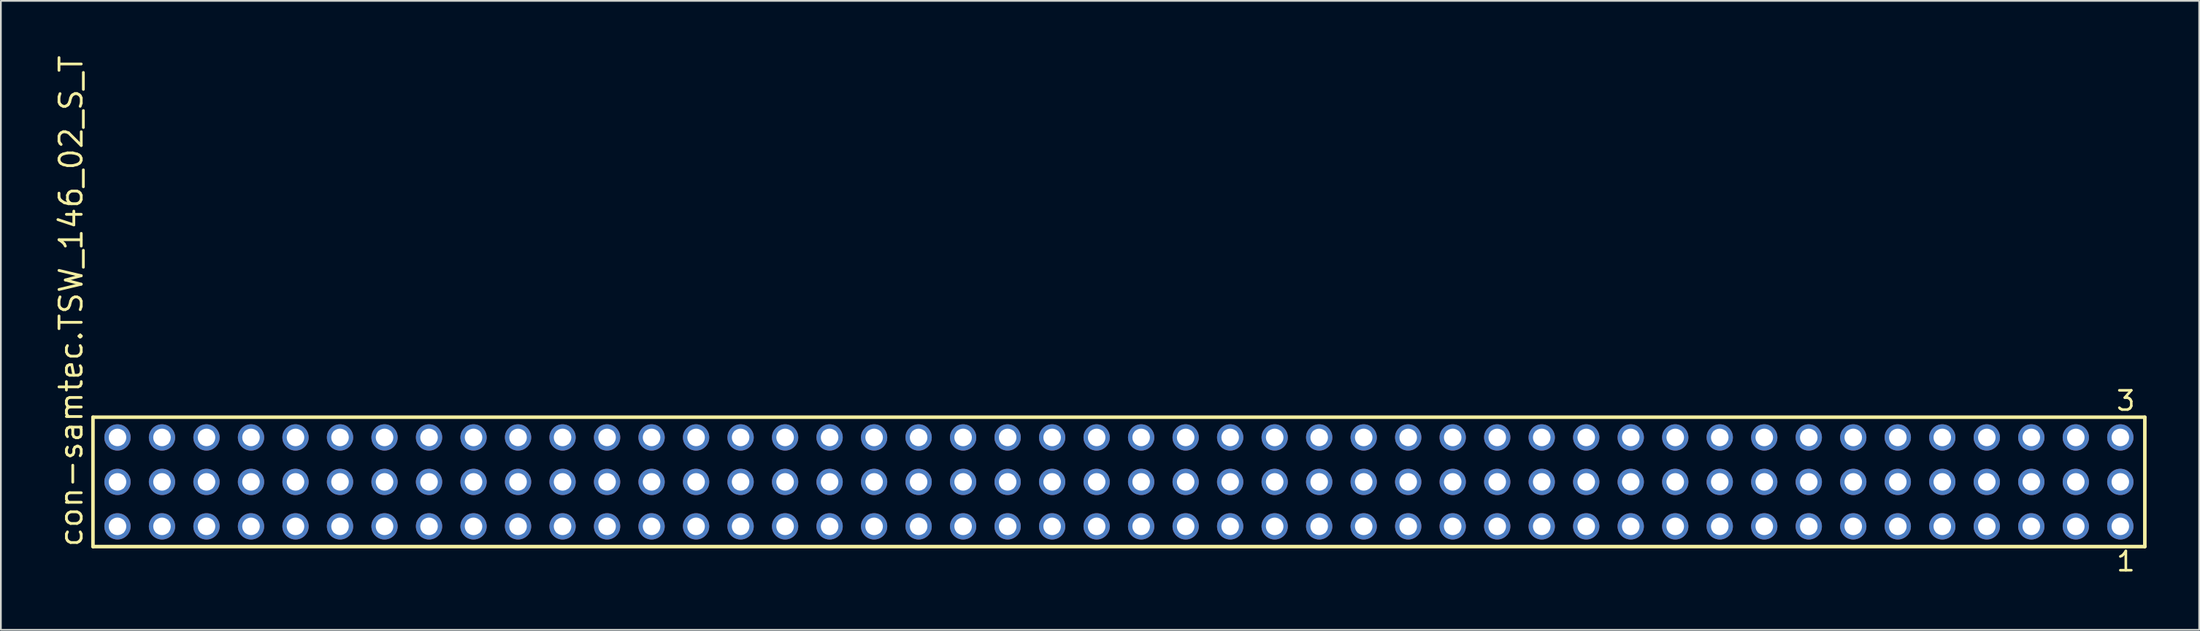
<source format=kicad_pcb>
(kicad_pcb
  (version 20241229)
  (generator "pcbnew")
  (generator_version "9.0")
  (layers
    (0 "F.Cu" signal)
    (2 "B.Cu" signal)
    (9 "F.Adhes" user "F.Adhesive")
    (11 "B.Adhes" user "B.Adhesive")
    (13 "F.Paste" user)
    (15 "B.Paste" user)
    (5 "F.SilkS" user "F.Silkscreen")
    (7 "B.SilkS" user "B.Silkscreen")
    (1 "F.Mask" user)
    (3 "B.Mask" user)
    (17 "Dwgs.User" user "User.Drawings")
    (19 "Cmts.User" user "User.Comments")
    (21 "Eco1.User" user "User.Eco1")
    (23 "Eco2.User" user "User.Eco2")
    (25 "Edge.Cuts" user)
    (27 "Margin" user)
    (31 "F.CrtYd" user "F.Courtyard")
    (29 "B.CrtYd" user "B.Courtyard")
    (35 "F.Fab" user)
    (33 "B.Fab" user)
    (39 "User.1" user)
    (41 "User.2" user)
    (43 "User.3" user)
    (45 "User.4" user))
  (footprint "con-samtec.TSW_146_02_S_T"
    (layer "F.Cu")
    (at 60.805 24.477)
    (property "Reference" "con-samtec.TSW_146_02_S_T" (at -59.055 3.81 90) (layer "F.SilkS") (effects (font (size 1.27 1.27) (thickness 0.16)) (justify left bottom)))
    (attr through_hole)
    (fp_line (start -58.549 -3.695) (end 58.549 -3.695) (stroke (width 0.203) (type default)) (layer "F.SilkS"))
    (fp_line (start -58.549 3.695) (end -58.549 -3.695) (stroke (width 0.203) (type default)) (layer "F.SilkS"))
    (fp_line (start 58.549 -3.695) (end 58.549 3.695) (stroke (width 0.203) (type default)) (layer "F.SilkS"))
    (fp_line (start 58.549 3.695) (end -58.549 3.695) (stroke (width 0.203) (type default)) (layer "F.SilkS"))
    (fp_rect (start -57.5 -2.19) (end -56.8 -2.89) (stroke (width 0.05) (type default)) (fill no) (layer "F.Fab"))
    (fp_rect (start -57.5 0.35) (end -56.8 -0.35) (stroke (width 0.05) (type default)) (fill no) (layer "F.Fab"))
    (fp_rect (start -57.5 2.89) (end -56.8 2.19) (stroke (width 0.05) (type default)) (fill no) (layer "F.Fab"))
    (fp_rect (start -54.96 -2.19) (end -54.26 -2.89) (stroke (width 0.05) (type default)) (fill no) (layer "F.Fab"))
    (fp_rect (start -54.96 0.35) (end -54.26 -0.35) (stroke (width 0.05) (type default)) (fill no) (layer "F.Fab"))
    (fp_rect (start -54.96 2.89) (end -54.26 2.19) (stroke (width 0.05) (type default)) (fill no) (layer "F.Fab"))
    (fp_rect (start -52.42 -2.19) (end -51.72 -2.89) (stroke (width 0.05) (type default)) (fill no) (layer "F.Fab"))
    (fp_rect (start -52.42 0.35) (end -51.72 -0.35) (stroke (width 0.05) (type default)) (fill no) (layer "F.Fab"))
    (fp_rect (start -52.42 2.89) (end -51.72 2.19) (stroke (width 0.05) (type default)) (fill no) (layer "F.Fab"))
    (fp_rect (start -49.88 -2.19) (end -49.18 -2.89) (stroke (width 0.05) (type default)) (fill no) (layer "F.Fab"))
    (fp_rect (start -49.88 0.35) (end -49.18 -0.35) (stroke (width 0.05) (type default)) (fill no) (layer "F.Fab"))
    (fp_rect (start -49.88 2.89) (end -49.18 2.19) (stroke (width 0.05) (type default)) (fill no) (layer "F.Fab"))
    (fp_rect (start -47.34 -2.19) (end -46.64 -2.89) (stroke (width 0.05) (type default)) (fill no) (layer "F.Fab"))
    (fp_rect (start -47.34 0.35) (end -46.64 -0.35) (stroke (width 0.05) (type default)) (fill no) (layer "F.Fab"))
    (fp_rect (start -47.34 2.89) (end -46.64 2.19) (stroke (width 0.05) (type default)) (fill no) (layer "F.Fab"))
    (fp_rect (start -44.8 -2.19) (end -44.1 -2.89) (stroke (width 0.05) (type default)) (fill no) (layer "F.Fab"))
    (fp_rect (start -44.8 0.35) (end -44.1 -0.35) (stroke (width 0.05) (type default)) (fill no) (layer "F.Fab"))
    (fp_rect (start -44.8 2.89) (end -44.1 2.19) (stroke (width 0.05) (type default)) (fill no) (layer "F.Fab"))
    (fp_rect (start -42.26 -2.19) (end -41.56 -2.89) (stroke (width 0.05) (type default)) (fill no) (layer "F.Fab"))
    (fp_rect (start -42.26 0.35) (end -41.56 -0.35) (stroke (width 0.05) (type default)) (fill no) (layer "F.Fab"))
    (fp_rect (start -42.26 2.89) (end -41.56 2.19) (stroke (width 0.05) (type default)) (fill no) (layer "F.Fab"))
    (fp_rect (start -39.72 -2.19) (end -39.02 -2.89) (stroke (width 0.05) (type default)) (fill no) (layer "F.Fab"))
    (fp_rect (start -39.72 0.35) (end -39.02 -0.35) (stroke (width 0.05) (type default)) (fill no) (layer "F.Fab"))
    (fp_rect (start -39.72 2.89) (end -39.02 2.19) (stroke (width 0.05) (type default)) (fill no) (layer "F.Fab"))
    (fp_rect (start -37.18 -2.19) (end -36.48 -2.89) (stroke (width 0.05) (type default)) (fill no) (layer "F.Fab"))
    (fp_rect (start -37.18 0.35) (end -36.48 -0.35) (stroke (width 0.05) (type default)) (fill no) (layer "F.Fab"))
    (fp_rect (start -37.18 2.89) (end -36.48 2.19) (stroke (width 0.05) (type default)) (fill no) (layer "F.Fab"))
    (fp_rect (start -34.64 -2.19) (end -33.94 -2.89) (stroke (width 0.05) (type default)) (fill no) (layer "F.Fab"))
    (fp_rect (start -34.64 0.35) (end -33.94 -0.35) (stroke (width 0.05) (type default)) (fill no) (layer "F.Fab"))
    (fp_rect (start -34.64 2.89) (end -33.94 2.19) (stroke (width 0.05) (type default)) (fill no) (layer "F.Fab"))
    (fp_rect (start -32.1 -2.19) (end -31.4 -2.89) (stroke (width 0.05) (type default)) (fill no) (layer "F.Fab"))
    (fp_rect (start -32.1 0.35) (end -31.4 -0.35) (stroke (width 0.05) (type default)) (fill no) (layer "F.Fab"))
    (fp_rect (start -32.1 2.89) (end -31.4 2.19) (stroke (width 0.05) (type default)) (fill no) (layer "F.Fab"))
    (fp_rect (start -29.56 -2.19) (end -28.86 -2.89) (stroke (width 0.05) (type default)) (fill no) (layer "F.Fab"))
    (fp_rect (start -29.56 0.35) (end -28.86 -0.35) (stroke (width 0.05) (type default)) (fill no) (layer "F.Fab"))
    (fp_rect (start -29.56 2.89) (end -28.86 2.19) (stroke (width 0.05) (type default)) (fill no) (layer "F.Fab"))
    (fp_rect (start -27.02 -2.19) (end -26.32 -2.89) (stroke (width 0.05) (type default)) (fill no) (layer "F.Fab"))
    (fp_rect (start -27.02 0.35) (end -26.32 -0.35) (stroke (width 0.05) (type default)) (fill no) (layer "F.Fab"))
    (fp_rect (start -27.02 2.89) (end -26.32 2.19) (stroke (width 0.05) (type default)) (fill no) (layer "F.Fab"))
    (fp_rect (start -24.48 -2.19) (end -23.78 -2.89) (stroke (width 0.05) (type default)) (fill no) (layer "F.Fab"))
    (fp_rect (start -24.48 0.35) (end -23.78 -0.35) (stroke (width 0.05) (type default)) (fill no) (layer "F.Fab"))
    (fp_rect (start -24.48 2.89) (end -23.78 2.19) (stroke (width 0.05) (type default)) (fill no) (layer "F.Fab"))
    (fp_rect (start -21.94 -2.19) (end -21.24 -2.89) (stroke (width 0.05) (type default)) (fill no) (layer "F.Fab"))
    (fp_rect (start -21.94 0.35) (end -21.24 -0.35) (stroke (width 0.05) (type default)) (fill no) (layer "F.Fab"))
    (fp_rect (start -21.94 2.89) (end -21.24 2.19) (stroke (width 0.05) (type default)) (fill no) (layer "F.Fab"))
    (fp_rect (start -19.4 -2.19) (end -18.7 -2.89) (stroke (width 0.05) (type default)) (fill no) (layer "F.Fab"))
    (fp_rect (start -19.4 0.35) (end -18.7 -0.35) (stroke (width 0.05) (type default)) (fill no) (layer "F.Fab"))
    (fp_rect (start -19.4 2.89) (end -18.7 2.19) (stroke (width 0.05) (type default)) (fill no) (layer "F.Fab"))
    (fp_rect (start -16.86 -2.19) (end -16.16 -2.89) (stroke (width 0.05) (type default)) (fill no) (layer "F.Fab"))
    (fp_rect (start -16.86 0.35) (end -16.16 -0.35) (stroke (width 0.05) (type default)) (fill no) (layer "F.Fab"))
    (fp_rect (start -16.86 2.89) (end -16.16 2.19) (stroke (width 0.05) (type default)) (fill no) (layer "F.Fab"))
    (fp_rect (start -14.32 -2.19) (end -13.62 -2.89) (stroke (width 0.05) (type default)) (fill no) (layer "F.Fab"))
    (fp_rect (start -14.32 0.35) (end -13.62 -0.35) (stroke (width 0.05) (type default)) (fill no) (layer "F.Fab"))
    (fp_rect (start -14.32 2.89) (end -13.62 2.19) (stroke (width 0.05) (type default)) (fill no) (layer "F.Fab"))
    (fp_rect (start -11.78 -2.19) (end -11.08 -2.89) (stroke (width 0.05) (type default)) (fill no) (layer "F.Fab"))
    (fp_rect (start -11.78 0.35) (end -11.08 -0.35) (stroke (width 0.05) (type default)) (fill no) (layer "F.Fab"))
    (fp_rect (start -11.78 2.89) (end -11.08 2.19) (stroke (width 0.05) (type default)) (fill no) (layer "F.Fab"))
    (fp_rect (start -9.24 -2.19) (end -8.54 -2.89) (stroke (width 0.05) (type default)) (fill no) (layer "F.Fab"))
    (fp_rect (start -9.24 0.35) (end -8.54 -0.35) (stroke (width 0.05) (type default)) (fill no) (layer "F.Fab"))
    (fp_rect (start -9.24 2.89) (end -8.54 2.19) (stroke (width 0.05) (type default)) (fill no) (layer "F.Fab"))
    (fp_rect (start -6.7 -2.19) (end -6 -2.89) (stroke (width 0.05) (type default)) (fill no) (layer "F.Fab"))
    (fp_rect (start -6.7 0.35) (end -6 -0.35) (stroke (width 0.05) (type default)) (fill no) (layer "F.Fab"))
    (fp_rect (start -6.7 2.89) (end -6 2.19) (stroke (width 0.05) (type default)) (fill no) (layer "F.Fab"))
    (fp_rect (start -4.16 -2.19) (end -3.46 -2.89) (stroke (width 0.05) (type default)) (fill no) (layer "F.Fab"))
    (fp_rect (start -4.16 0.35) (end -3.46 -0.35) (stroke (width 0.05) (type default)) (fill no) (layer "F.Fab"))
    (fp_rect (start -4.16 2.89) (end -3.46 2.19) (stroke (width 0.05) (type default)) (fill no) (layer "F.Fab"))
    (fp_rect (start -1.62 -2.19) (end -0.92 -2.89) (stroke (width 0.05) (type default)) (fill no) (layer "F.Fab"))
    (fp_rect (start -1.62 0.35) (end -0.92 -0.35) (stroke (width 0.05) (type default)) (fill no) (layer "F.Fab"))
    (fp_rect (start -1.62 2.89) (end -0.92 2.19) (stroke (width 0.05) (type default)) (fill no) (layer "F.Fab"))
    (fp_rect (start 0.92 -2.19) (end 1.62 -2.89) (stroke (width 0.05) (type default)) (fill no) (layer "F.Fab"))
    (fp_rect (start 0.92 0.35) (end 1.62 -0.35) (stroke (width 0.05) (type default)) (fill no) (layer "F.Fab"))
    (fp_rect (start 0.92 2.89) (end 1.62 2.19) (stroke (width 0.05) (type default)) (fill no) (layer "F.Fab"))
    (fp_rect (start 3.46 -2.19) (end 4.16 -2.89) (stroke (width 0.05) (type default)) (fill no) (layer "F.Fab"))
    (fp_rect (start 3.46 0.35) (end 4.16 -0.35) (stroke (width 0.05) (type default)) (fill no) (layer "F.Fab"))
    (fp_rect (start 3.46 2.89) (end 4.16 2.19) (stroke (width 0.05) (type default)) (fill no) (layer "F.Fab"))
    (fp_rect (start 6 -2.19) (end 6.7 -2.89) (stroke (width 0.05) (type default)) (fill no) (layer "F.Fab"))
    (fp_rect (start 6 0.35) (end 6.7 -0.35) (stroke (width 0.05) (type default)) (fill no) (layer "F.Fab"))
    (fp_rect (start 6 2.89) (end 6.7 2.19) (stroke (width 0.05) (type default)) (fill no) (layer "F.Fab"))
    (fp_rect (start 8.54 -2.19) (end 9.24 -2.89) (stroke (width 0.05) (type default)) (fill no) (layer "F.Fab"))
    (fp_rect (start 8.54 0.35) (end 9.24 -0.35) (stroke (width 0.05) (type default)) (fill no) (layer "F.Fab"))
    (fp_rect (start 8.54 2.89) (end 9.24 2.19) (stroke (width 0.05) (type default)) (fill no) (layer "F.Fab"))
    (fp_rect (start 11.08 -2.19) (end 11.78 -2.89) (stroke (width 0.05) (type default)) (fill no) (layer "F.Fab"))
    (fp_rect (start 11.08 0.35) (end 11.78 -0.35) (stroke (width 0.05) (type default)) (fill no) (layer "F.Fab"))
    (fp_rect (start 11.08 2.89) (end 11.78 2.19) (stroke (width 0.05) (type default)) (fill no) (layer "F.Fab"))
    (fp_rect (start 13.62 -2.19) (end 14.32 -2.89) (stroke (width 0.05) (type default)) (fill no) (layer "F.Fab"))
    (fp_rect (start 13.62 0.35) (end 14.32 -0.35) (stroke (width 0.05) (type default)) (fill no) (layer "F.Fab"))
    (fp_rect (start 13.62 2.89) (end 14.32 2.19) (stroke (width 0.05) (type default)) (fill no) (layer "F.Fab"))
    (fp_rect (start 16.16 -2.19) (end 16.86 -2.89) (stroke (width 0.05) (type default)) (fill no) (layer "F.Fab"))
    (fp_rect (start 16.16 0.35) (end 16.86 -0.35) (stroke (width 0.05) (type default)) (fill no) (layer "F.Fab"))
    (fp_rect (start 16.16 2.89) (end 16.86 2.19) (stroke (width 0.05) (type default)) (fill no) (layer "F.Fab"))
    (fp_rect (start 18.7 -2.19) (end 19.4 -2.89) (stroke (width 0.05) (type default)) (fill no) (layer "F.Fab"))
    (fp_rect (start 18.7 0.35) (end 19.4 -0.35) (stroke (width 0.05) (type default)) (fill no) (layer "F.Fab"))
    (fp_rect (start 18.7 2.89) (end 19.4 2.19) (stroke (width 0.05) (type default)) (fill no) (layer "F.Fab"))
    (fp_rect (start 21.24 -2.19) (end 21.94 -2.89) (stroke (width 0.05) (type default)) (fill no) (layer "F.Fab"))
    (fp_rect (start 21.24 0.35) (end 21.94 -0.35) (stroke (width 0.05) (type default)) (fill no) (layer "F.Fab"))
    (fp_rect (start 21.24 2.89) (end 21.94 2.19) (stroke (width 0.05) (type default)) (fill no) (layer "F.Fab"))
    (fp_rect (start 23.78 -2.19) (end 24.48 -2.89) (stroke (width 0.05) (type default)) (fill no) (layer "F.Fab"))
    (fp_rect (start 23.78 0.35) (end 24.48 -0.35) (stroke (width 0.05) (type default)) (fill no) (layer "F.Fab"))
    (fp_rect (start 23.78 2.89) (end 24.48 2.19) (stroke (width 0.05) (type default)) (fill no) (layer "F.Fab"))
    (fp_rect (start 26.32 -2.19) (end 27.02 -2.89) (stroke (width 0.05) (type default)) (fill no) (layer "F.Fab"))
    (fp_rect (start 26.32 0.35) (end 27.02 -0.35) (stroke (width 0.05) (type default)) (fill no) (layer "F.Fab"))
    (fp_rect (start 26.32 2.89) (end 27.02 2.19) (stroke (width 0.05) (type default)) (fill no) (layer "F.Fab"))
    (fp_rect (start 28.86 -2.19) (end 29.56 -2.89) (stroke (width 0.05) (type default)) (fill no) (layer "F.Fab"))
    (fp_rect (start 28.86 0.35) (end 29.56 -0.35) (stroke (width 0.05) (type default)) (fill no) (layer "F.Fab"))
    (fp_rect (start 28.86 2.89) (end 29.56 2.19) (stroke (width 0.05) (type default)) (fill no) (layer "F.Fab"))
    (fp_rect (start 31.4 -2.19) (end 32.1 -2.89) (stroke (width 0.05) (type default)) (fill no) (layer "F.Fab"))
    (fp_rect (start 31.4 0.35) (end 32.1 -0.35) (stroke (width 0.05) (type default)) (fill no) (layer "F.Fab"))
    (fp_rect (start 31.4 2.89) (end 32.1 2.19) (stroke (width 0.05) (type default)) (fill no) (layer "F.Fab"))
    (fp_rect (start 33.94 -2.19) (end 34.64 -2.89) (stroke (width 0.05) (type default)) (fill no) (layer "F.Fab"))
    (fp_rect (start 33.94 0.35) (end 34.64 -0.35) (stroke (width 0.05) (type default)) (fill no) (layer "F.Fab"))
    (fp_rect (start 33.94 2.89) (end 34.64 2.19) (stroke (width 0.05) (type default)) (fill no) (layer "F.Fab"))
    (fp_rect (start 36.48 -2.19) (end 37.18 -2.89) (stroke (width 0.05) (type default)) (fill no) (layer "F.Fab"))
    (fp_rect (start 36.48 0.35) (end 37.18 -0.35) (stroke (width 0.05) (type default)) (fill no) (layer "F.Fab"))
    (fp_rect (start 36.48 2.89) (end 37.18 2.19) (stroke (width 0.05) (type default)) (fill no) (layer "F.Fab"))
    (fp_rect (start 39.02 -2.19) (end 39.72 -2.89) (stroke (width 0.05) (type default)) (fill no) (layer "F.Fab"))
    (fp_rect (start 39.02 0.35) (end 39.72 -0.35) (stroke (width 0.05) (type default)) (fill no) (layer "F.Fab"))
    (fp_rect (start 39.02 2.89) (end 39.72 2.19) (stroke (width 0.05) (type default)) (fill no) (layer "F.Fab"))
    (fp_rect (start 41.56 -2.19) (end 42.26 -2.89) (stroke (width 0.05) (type default)) (fill no) (layer "F.Fab"))
    (fp_rect (start 41.56 0.35) (end 42.26 -0.35) (stroke (width 0.05) (type default)) (fill no) (layer "F.Fab"))
    (fp_rect (start 41.56 2.89) (end 42.26 2.19) (stroke (width 0.05) (type default)) (fill no) (layer "F.Fab"))
    (fp_rect (start 44.1 -2.19) (end 44.8 -2.89) (stroke (width 0.05) (type default)) (fill no) (layer "F.Fab"))
    (fp_rect (start 44.1 0.35) (end 44.8 -0.35) (stroke (width 0.05) (type default)) (fill no) (layer "F.Fab"))
    (fp_rect (start 44.1 2.89) (end 44.8 2.19) (stroke (width 0.05) (type default)) (fill no) (layer "F.Fab"))
    (fp_rect (start 46.64 -2.19) (end 47.34 -2.89) (stroke (width 0.05) (type default)) (fill no) (layer "F.Fab"))
    (fp_rect (start 46.64 0.35) (end 47.34 -0.35) (stroke (width 0.05) (type default)) (fill no) (layer "F.Fab"))
    (fp_rect (start 46.64 2.89) (end 47.34 2.19) (stroke (width 0.05) (type default)) (fill no) (layer "F.Fab"))
    (fp_rect (start 49.18 -2.19) (end 49.88 -2.89) (stroke (width 0.05) (type default)) (fill no) (layer "F.Fab"))
    (fp_rect (start 49.18 0.35) (end 49.88 -0.35) (stroke (width 0.05) (type default)) (fill no) (layer "F.Fab"))
    (fp_rect (start 49.18 2.89) (end 49.88 2.19) (stroke (width 0.05) (type default)) (fill no) (layer "F.Fab"))
    (fp_rect (start 51.72 -2.19) (end 52.42 -2.89) (stroke (width 0.05) (type default)) (fill no) (layer "F.Fab"))
    (fp_rect (start 51.72 0.35) (end 52.42 -0.35) (stroke (width 0.05) (type default)) (fill no) (layer "F.Fab"))
    (fp_rect (start 51.72 2.89) (end 52.42 2.19) (stroke (width 0.05) (type default)) (fill no) (layer "F.Fab"))
    (fp_rect (start 54.26 -2.19) (end 54.96 -2.89) (stroke (width 0.05) (type default)) (fill no) (layer "F.Fab"))
    (fp_rect (start 54.26 0.35) (end 54.96 -0.35) (stroke (width 0.05) (type default)) (fill no) (layer "F.Fab"))
    (fp_rect (start 54.26 2.89) (end 54.96 2.19) (stroke (width 0.05) (type default)) (fill no) (layer "F.Fab"))
    (fp_rect (start 56.8 -2.19) (end 57.5 -2.89) (stroke (width 0.05) (type default)) (fill no) (layer "F.Fab"))
    (fp_rect (start 56.8 0.35) (end 57.5 -0.35) (stroke (width 0.05) (type default)) (fill no) (layer "F.Fab"))
    (fp_rect (start 56.8 2.89) (end 57.5 2.19) (stroke (width 0.05) (type default)) (fill no) (layer "F.Fab"))
    (fp_text user "3" (at 56.838 -3.989 0) (layer "F.SilkS") (effects (font (size 1.1 1.1) (thickness 0.15)) (justify left bottom)))
    (fp_text user "1" (at 56.842 5.188 0) (layer "F.SilkS") (effects (font (size 1.1 1.1) (thickness 0.15)) (justify left bottom)))
    (pad "1" thru_hole circle (at 57.15 2.54 180) (size 1.5 1.5) (drill 1) (layers "*.Cu" "*.Mask"))
    (pad "2" thru_hole circle (at 57.15 0 180) (size 1.5 1.5) (drill 1) (layers "*.Cu" "*.Mask"))
    (pad "3" thru_hole circle (at 57.15 -2.54 180) (size 1.5 1.5) (drill 1) (layers "*.Cu" "*.Mask"))
    (pad "4" thru_hole circle (at 54.61 2.54 180) (size 1.5 1.5) (drill 1) (layers "*.Cu" "*.Mask"))
    (pad "5" thru_hole circle (at 54.61 0 180) (size 1.5 1.5) (drill 1) (layers "*.Cu" "*.Mask"))
    (pad "6" thru_hole circle (at 54.61 -2.54 180) (size 1.5 1.5) (drill 1) (layers "*.Cu" "*.Mask"))
    (pad "7" thru_hole circle (at 52.07 2.54 180) (size 1.5 1.5) (drill 1) (layers "*.Cu" "*.Mask"))
    (pad "8" thru_hole circle (at 52.07 0 180) (size 1.5 1.5) (drill 1) (layers "*.Cu" "*.Mask"))
    (pad "9" thru_hole circle (at 52.07 -2.54 180) (size 1.5 1.5) (drill 1) (layers "*.Cu" "*.Mask"))
    (pad "10" thru_hole circle (at 49.53 2.54 180) (size 1.5 1.5) (drill 1) (layers "*.Cu" "*.Mask"))
    (pad "11" thru_hole circle (at 49.53 0 180) (size 1.5 1.5) (drill 1) (layers "*.Cu" "*.Mask"))
    (pad "12" thru_hole circle (at 49.53 -2.54 180) (size 1.5 1.5) (drill 1) (layers "*.Cu" "*.Mask"))
    (pad "13" thru_hole circle (at 46.99 2.54 180) (size 1.5 1.5) (drill 1) (layers "*.Cu" "*.Mask"))
    (pad "14" thru_hole circle (at 46.99 0 180) (size 1.5 1.5) (drill 1) (layers "*.Cu" "*.Mask"))
    (pad "15" thru_hole circle (at 46.99 -2.54 180) (size 1.5 1.5) (drill 1) (layers "*.Cu" "*.Mask"))
    (pad "16" thru_hole circle (at 44.45 2.54 180) (size 1.5 1.5) (drill 1) (layers "*.Cu" "*.Mask"))
    (pad "17" thru_hole circle (at 44.45 0 180) (size 1.5 1.5) (drill 1) (layers "*.Cu" "*.Mask"))
    (pad "18" thru_hole circle (at 44.45 -2.54 180) (size 1.5 1.5) (drill 1) (layers "*.Cu" "*.Mask"))
    (pad "19" thru_hole circle (at 41.91 2.54 180) (size 1.5 1.5) (drill 1) (layers "*.Cu" "*.Mask"))
    (pad "20" thru_hole circle (at 41.91 0 180) (size 1.5 1.5) (drill 1) (layers "*.Cu" "*.Mask"))
    (pad "21" thru_hole circle (at 41.91 -2.54 180) (size 1.5 1.5) (drill 1) (layers "*.Cu" "*.Mask"))
    (pad "22" thru_hole circle (at 39.37 2.54 180) (size 1.5 1.5) (drill 1) (layers "*.Cu" "*.Mask"))
    (pad "23" thru_hole circle (at 39.37 0 180) (size 1.5 1.5) (drill 1) (layers "*.Cu" "*.Mask"))
    (pad "24" thru_hole circle (at 39.37 -2.54 180) (size 1.5 1.5) (drill 1) (layers "*.Cu" "*.Mask"))
    (pad "25" thru_hole circle (at 36.83 2.54 180) (size 1.5 1.5) (drill 1) (layers "*.Cu" "*.Mask"))
    (pad "26" thru_hole circle (at 36.83 0 180) (size 1.5 1.5) (drill 1) (layers "*.Cu" "*.Mask"))
    (pad "27" thru_hole circle (at 36.83 -2.54 180) (size 1.5 1.5) (drill 1) (layers "*.Cu" "*.Mask"))
    (pad "28" thru_hole circle (at 34.29 2.54 180) (size 1.5 1.5) (drill 1) (layers "*.Cu" "*.Mask"))
    (pad "29" thru_hole circle (at 34.29 0 180) (size 1.5 1.5) (drill 1) (layers "*.Cu" "*.Mask"))
    (pad "30" thru_hole circle (at 34.29 -2.54 180) (size 1.5 1.5) (drill 1) (layers "*.Cu" "*.Mask"))
    (pad "31" thru_hole circle (at 31.75 2.54 180) (size 1.5 1.5) (drill 1) (layers "*.Cu" "*.Mask"))
    (pad "32" thru_hole circle (at 31.75 0 180) (size 1.5 1.5) (drill 1) (layers "*.Cu" "*.Mask"))
    (pad "33" thru_hole circle (at 31.75 -2.54 180) (size 1.5 1.5) (drill 1) (layers "*.Cu" "*.Mask"))
    (pad "34" thru_hole circle (at 29.21 2.54 180) (size 1.5 1.5) (drill 1) (layers "*.Cu" "*.Mask"))
    (pad "35" thru_hole circle (at 29.21 0 180) (size 1.5 1.5) (drill 1) (layers "*.Cu" "*.Mask"))
    (pad "36" thru_hole circle (at 29.21 -2.54 180) (size 1.5 1.5) (drill 1) (layers "*.Cu" "*.Mask"))
    (pad "37" thru_hole circle (at 26.67 2.54 180) (size 1.5 1.5) (drill 1) (layers "*.Cu" "*.Mask"))
    (pad "38" thru_hole circle (at 26.67 0 180) (size 1.5 1.5) (drill 1) (layers "*.Cu" "*.Mask"))
    (pad "39" thru_hole circle (at 26.67 -2.54 180) (size 1.5 1.5) (drill 1) (layers "*.Cu" "*.Mask"))
    (pad "40" thru_hole circle (at 24.13 2.54 180) (size 1.5 1.5) (drill 1) (layers "*.Cu" "*.Mask"))
    (pad "41" thru_hole circle (at 24.13 0 180) (size 1.5 1.5) (drill 1) (layers "*.Cu" "*.Mask"))
    (pad "42" thru_hole circle (at 24.13 -2.54 180) (size 1.5 1.5) (drill 1) (layers "*.Cu" "*.Mask"))
    (pad "43" thru_hole circle (at 21.59 2.54 180) (size 1.5 1.5) (drill 1) (layers "*.Cu" "*.Mask"))
    (pad "44" thru_hole circle (at 21.59 0 180) (size 1.5 1.5) (drill 1) (layers "*.Cu" "*.Mask"))
    (pad "45" thru_hole circle (at 21.59 -2.54 180) (size 1.5 1.5) (drill 1) (layers "*.Cu" "*.Mask"))
    (pad "46" thru_hole circle (at 19.05 2.54 180) (size 1.5 1.5) (drill 1) (layers "*.Cu" "*.Mask"))
    (pad "47" thru_hole circle (at 19.05 0 180) (size 1.5 1.5) (drill 1) (layers "*.Cu" "*.Mask"))
    (pad "48" thru_hole circle (at 19.05 -2.54 180) (size 1.5 1.5) (drill 1) (layers "*.Cu" "*.Mask"))
    (pad "49" thru_hole circle (at 16.51 2.54 180) (size 1.5 1.5) (drill 1) (layers "*.Cu" "*.Mask"))
    (pad "50" thru_hole circle (at 16.51 0 180) (size 1.5 1.5) (drill 1) (layers "*.Cu" "*.Mask"))
    (pad "51" thru_hole circle (at 16.51 -2.54 180) (size 1.5 1.5) (drill 1) (layers "*.Cu" "*.Mask"))
    (pad "52" thru_hole circle (at 13.97 2.54 180) (size 1.5 1.5) (drill 1) (layers "*.Cu" "*.Mask"))
    (pad "53" thru_hole circle (at 13.97 0 180) (size 1.5 1.5) (drill 1) (layers "*.Cu" "*.Mask"))
    (pad "54" thru_hole circle (at 13.97 -2.54 180) (size 1.5 1.5) (drill 1) (layers "*.Cu" "*.Mask"))
    (pad "55" thru_hole circle (at 11.43 2.54 180) (size 1.5 1.5) (drill 1) (layers "*.Cu" "*.Mask"))
    (pad "56" thru_hole circle (at 11.43 0 180) (size 1.5 1.5) (drill 1) (layers "*.Cu" "*.Mask"))
    (pad "57" thru_hole circle (at 11.43 -2.54 180) (size 1.5 1.5) (drill 1) (layers "*.Cu" "*.Mask"))
    (pad "58" thru_hole circle (at 8.89 2.54 180) (size 1.5 1.5) (drill 1) (layers "*.Cu" "*.Mask"))
    (pad "59" thru_hole circle (at 8.89 0 180) (size 1.5 1.5) (drill 1) (layers "*.Cu" "*.Mask"))
    (pad "60" thru_hole circle (at 8.89 -2.54 180) (size 1.5 1.5) (drill 1) (layers "*.Cu" "*.Mask"))
    (pad "61" thru_hole circle (at 6.35 2.54 180) (size 1.5 1.5) (drill 1) (layers "*.Cu" "*.Mask"))
    (pad "62" thru_hole circle (at 6.35 0 180) (size 1.5 1.5) (drill 1) (layers "*.Cu" "*.Mask"))
    (pad "63" thru_hole circle (at 6.35 -2.54 180) (size 1.5 1.5) (drill 1) (layers "*.Cu" "*.Mask"))
    (pad "64" thru_hole circle (at 3.81 2.54 180) (size 1.5 1.5) (drill 1) (layers "*.Cu" "*.Mask"))
    (pad "65" thru_hole circle (at 3.81 0 180) (size 1.5 1.5) (drill 1) (layers "*.Cu" "*.Mask"))
    (pad "66" thru_hole circle (at 3.81 -2.54 180) (size 1.5 1.5) (drill 1) (layers "*.Cu" "*.Mask"))
    (pad "67" thru_hole circle (at 1.27 2.54 180) (size 1.5 1.5) (drill 1) (layers "*.Cu" "*.Mask"))
    (pad "68" thru_hole circle (at 1.27 0 180) (size 1.5 1.5) (drill 1) (layers "*.Cu" "*.Mask"))
    (pad "69" thru_hole circle (at 1.27 -2.54 180) (size 1.5 1.5) (drill 1) (layers "*.Cu" "*.Mask"))
    (pad "70" thru_hole circle (at -1.27 2.54 180) (size 1.5 1.5) (drill 1) (layers "*.Cu" "*.Mask"))
    (pad "71" thru_hole circle (at -1.27 0 180) (size 1.5 1.5) (drill 1) (layers "*.Cu" "*.Mask"))
    (pad "72" thru_hole circle (at -1.27 -2.54 180) (size 1.5 1.5) (drill 1) (layers "*.Cu" "*.Mask"))
    (pad "73" thru_hole circle (at -3.81 2.54 180) (size 1.5 1.5) (drill 1) (layers "*.Cu" "*.Mask"))
    (pad "74" thru_hole circle (at -3.81 0 180) (size 1.5 1.5) (drill 1) (layers "*.Cu" "*.Mask"))
    (pad "75" thru_hole circle (at -3.81 -2.54 180) (size 1.5 1.5) (drill 1) (layers "*.Cu" "*.Mask"))
    (pad "76" thru_hole circle (at -6.35 2.54 180) (size 1.5 1.5) (drill 1) (layers "*.Cu" "*.Mask"))
    (pad "77" thru_hole circle (at -6.35 0 180) (size 1.5 1.5) (drill 1) (layers "*.Cu" "*.Mask"))
    (pad "78" thru_hole circle (at -6.35 -2.54 180) (size 1.5 1.5) (drill 1) (layers "*.Cu" "*.Mask"))
    (pad "79" thru_hole circle (at -8.89 2.54 180) (size 1.5 1.5) (drill 1) (layers "*.Cu" "*.Mask"))
    (pad "80" thru_hole circle (at -8.89 0 180) (size 1.5 1.5) (drill 1) (layers "*.Cu" "*.Mask"))
    (pad "81" thru_hole circle (at -8.89 -2.54 180) (size 1.5 1.5) (drill 1) (layers "*.Cu" "*.Mask"))
    (pad "82" thru_hole circle (at -11.43 2.54 180) (size 1.5 1.5) (drill 1) (layers "*.Cu" "*.Mask"))
    (pad "83" thru_hole circle (at -11.43 0 180) (size 1.5 1.5) (drill 1) (layers "*.Cu" "*.Mask"))
    (pad "84" thru_hole circle (at -11.43 -2.54 180) (size 1.5 1.5) (drill 1) (layers "*.Cu" "*.Mask"))
    (pad "85" thru_hole circle (at -13.97 2.54 180) (size 1.5 1.5) (drill 1) (layers "*.Cu" "*.Mask"))
    (pad "86" thru_hole circle (at -13.97 0 180) (size 1.5 1.5) (drill 1) (layers "*.Cu" "*.Mask"))
    (pad "87" thru_hole circle (at -13.97 -2.54 180) (size 1.5 1.5) (drill 1) (layers "*.Cu" "*.Mask"))
    (pad "88" thru_hole circle (at -16.51 2.54 180) (size 1.5 1.5) (drill 1) (layers "*.Cu" "*.Mask"))
    (pad "89" thru_hole circle (at -16.51 0 180) (size 1.5 1.5) (drill 1) (layers "*.Cu" "*.Mask"))
    (pad "90" thru_hole circle (at -16.51 -2.54 180) (size 1.5 1.5) (drill 1) (layers "*.Cu" "*.Mask"))
    (pad "91" thru_hole circle (at -19.05 2.54 180) (size 1.5 1.5) (drill 1) (layers "*.Cu" "*.Mask"))
    (pad "92" thru_hole circle (at -19.05 0 180) (size 1.5 1.5) (drill 1) (layers "*.Cu" "*.Mask"))
    (pad "93" thru_hole circle (at -19.05 -2.54 180) (size 1.5 1.5) (drill 1) (layers "*.Cu" "*.Mask"))
    (pad "94" thru_hole circle (at -21.59 2.54 180) (size 1.5 1.5) (drill 1) (layers "*.Cu" "*.Mask"))
    (pad "95" thru_hole circle (at -21.59 0 180) (size 1.5 1.5) (drill 1) (layers "*.Cu" "*.Mask"))
    (pad "96" thru_hole circle (at -21.59 -2.54 180) (size 1.5 1.5) (drill 1) (layers "*.Cu" "*.Mask"))
    (pad "97" thru_hole circle (at -24.13 2.54 180) (size 1.5 1.5) (drill 1) (layers "*.Cu" "*.Mask"))
    (pad "98" thru_hole circle (at -24.13 0 180) (size 1.5 1.5) (drill 1) (layers "*.Cu" "*.Mask"))
    (pad "99" thru_hole circle (at -24.13 -2.54 180) (size 1.5 1.5) (drill 1) (layers "*.Cu" "*.Mask"))
    (pad "100" thru_hole circle (at -26.67 2.54 180) (size 1.5 1.5) (drill 1) (layers "*.Cu" "*.Mask"))
    (pad "101" thru_hole circle (at -26.67 0 180) (size 1.5 1.5) (drill 1) (layers "*.Cu" "*.Mask"))
    (pad "102" thru_hole circle (at -26.67 -2.54 180) (size 1.5 1.5) (drill 1) (layers "*.Cu" "*.Mask"))
    (pad "103" thru_hole circle (at -29.21 2.54 180) (size 1.5 1.5) (drill 1) (layers "*.Cu" "*.Mask"))
    (pad "104" thru_hole circle (at -29.21 0 180) (size 1.5 1.5) (drill 1) (layers "*.Cu" "*.Mask"))
    (pad "105" thru_hole circle (at -29.21 -2.54 180) (size 1.5 1.5) (drill 1) (layers "*.Cu" "*.Mask"))
    (pad "106" thru_hole circle (at -31.75 2.54 180) (size 1.5 1.5) (drill 1) (layers "*.Cu" "*.Mask"))
    (pad "107" thru_hole circle (at -31.75 0 180) (size 1.5 1.5) (drill 1) (layers "*.Cu" "*.Mask"))
    (pad "108" thru_hole circle (at -31.75 -2.54 180) (size 1.5 1.5) (drill 1) (layers "*.Cu" "*.Mask"))
    (pad "109" thru_hole circle (at -34.29 2.54 180) (size 1.5 1.5) (drill 1) (layers "*.Cu" "*.Mask"))
    (pad "110" thru_hole circle (at -34.29 0 180) (size 1.5 1.5) (drill 1) (layers "*.Cu" "*.Mask"))
    (pad "111" thru_hole circle (at -34.29 -2.54 180) (size 1.5 1.5) (drill 1) (layers "*.Cu" "*.Mask"))
    (pad "112" thru_hole circle (at -36.83 2.54 180) (size 1.5 1.5) (drill 1) (layers "*.Cu" "*.Mask"))
    (pad "113" thru_hole circle (at -36.83 0 180) (size 1.5 1.5) (drill 1) (layers "*.Cu" "*.Mask"))
    (pad "114" thru_hole circle (at -36.83 -2.54 180) (size 1.5 1.5) (drill 1) (layers "*.Cu" "*.Mask"))
    (pad "115" thru_hole circle (at -39.37 2.54 180) (size 1.5 1.5) (drill 1) (layers "*.Cu" "*.Mask"))
    (pad "116" thru_hole circle (at -39.37 0 180) (size 1.5 1.5) (drill 1) (layers "*.Cu" "*.Mask"))
    (pad "117" thru_hole circle (at -39.37 -2.54 180) (size 1.5 1.5) (drill 1) (layers "*.Cu" "*.Mask"))
    (pad "118" thru_hole circle (at -41.91 2.54 180) (size 1.5 1.5) (drill 1) (layers "*.Cu" "*.Mask"))
    (pad "119" thru_hole circle (at -41.91 0 180) (size 1.5 1.5) (drill 1) (layers "*.Cu" "*.Mask"))
    (pad "120" thru_hole circle (at -41.91 -2.54 180) (size 1.5 1.5) (drill 1) (layers "*.Cu" "*.Mask"))
    (pad "121" thru_hole circle (at -44.45 2.54 180) (size 1.5 1.5) (drill 1) (layers "*.Cu" "*.Mask"))
    (pad "122" thru_hole circle (at -44.45 0 180) (size 1.5 1.5) (drill 1) (layers "*.Cu" "*.Mask"))
    (pad "123" thru_hole circle (at -44.45 -2.54 180) (size 1.5 1.5) (drill 1) (layers "*.Cu" "*.Mask"))
    (pad "124" thru_hole circle (at -46.99 2.54 180) (size 1.5 1.5) (drill 1) (layers "*.Cu" "*.Mask"))
    (pad "125" thru_hole circle (at -46.99 0 180) (size 1.5 1.5) (drill 1) (layers "*.Cu" "*.Mask"))
    (pad "126" thru_hole circle (at -46.99 -2.54 180) (size 1.5 1.5) (drill 1) (layers "*.Cu" "*.Mask"))
    (pad "127" thru_hole circle (at -49.53 2.54 180) (size 1.5 1.5) (drill 1) (layers "*.Cu" "*.Mask"))
    (pad "128" thru_hole circle (at -49.53 0 180) (size 1.5 1.5) (drill 1) (layers "*.Cu" "*.Mask"))
    (pad "129" thru_hole circle (at -49.53 -2.54 180) (size 1.5 1.5) (drill 1) (layers "*.Cu" "*.Mask"))
    (pad "130" thru_hole circle (at -52.07 2.54 180) (size 1.5 1.5) (drill 1) (layers "*.Cu" "*.Mask"))
    (pad "131" thru_hole circle (at -52.07 0 180) (size 1.5 1.5) (drill 1) (layers "*.Cu" "*.Mask"))
    (pad "132" thru_hole circle (at -52.07 -2.54 180) (size 1.5 1.5) (drill 1) (layers "*.Cu" "*.Mask"))
    (pad "133" thru_hole circle (at -54.61 2.54 180) (size 1.5 1.5) (drill 1) (layers "*.Cu" "*.Mask"))
    (pad "134" thru_hole circle (at -54.61 0 180) (size 1.5 1.5) (drill 1) (layers "*.Cu" "*.Mask"))
    (pad "135" thru_hole circle (at -54.61 -2.54 180) (size 1.5 1.5) (drill 1) (layers "*.Cu" "*.Mask"))
    (pad "136" thru_hole circle (at -57.15 2.54 180) (size 1.5 1.5) (drill 1) (layers "*.Cu" "*.Mask"))
    (pad "137" thru_hole circle (at -57.15 0 180) (size 1.5 1.5) (drill 1) (layers "*.Cu" "*.Mask"))
    (pad "138" thru_hole circle (at -57.15 -2.54 180) (size 1.5 1.5) (drill 1) (layers "*.Cu" "*.Mask")))
  (gr_rect
    (start -3 -3)
    (end 122.456 32.928)
    (stroke (width 0.1) (type default))
    (fill no)
    (layer "Edge.Cuts")))
</source>
